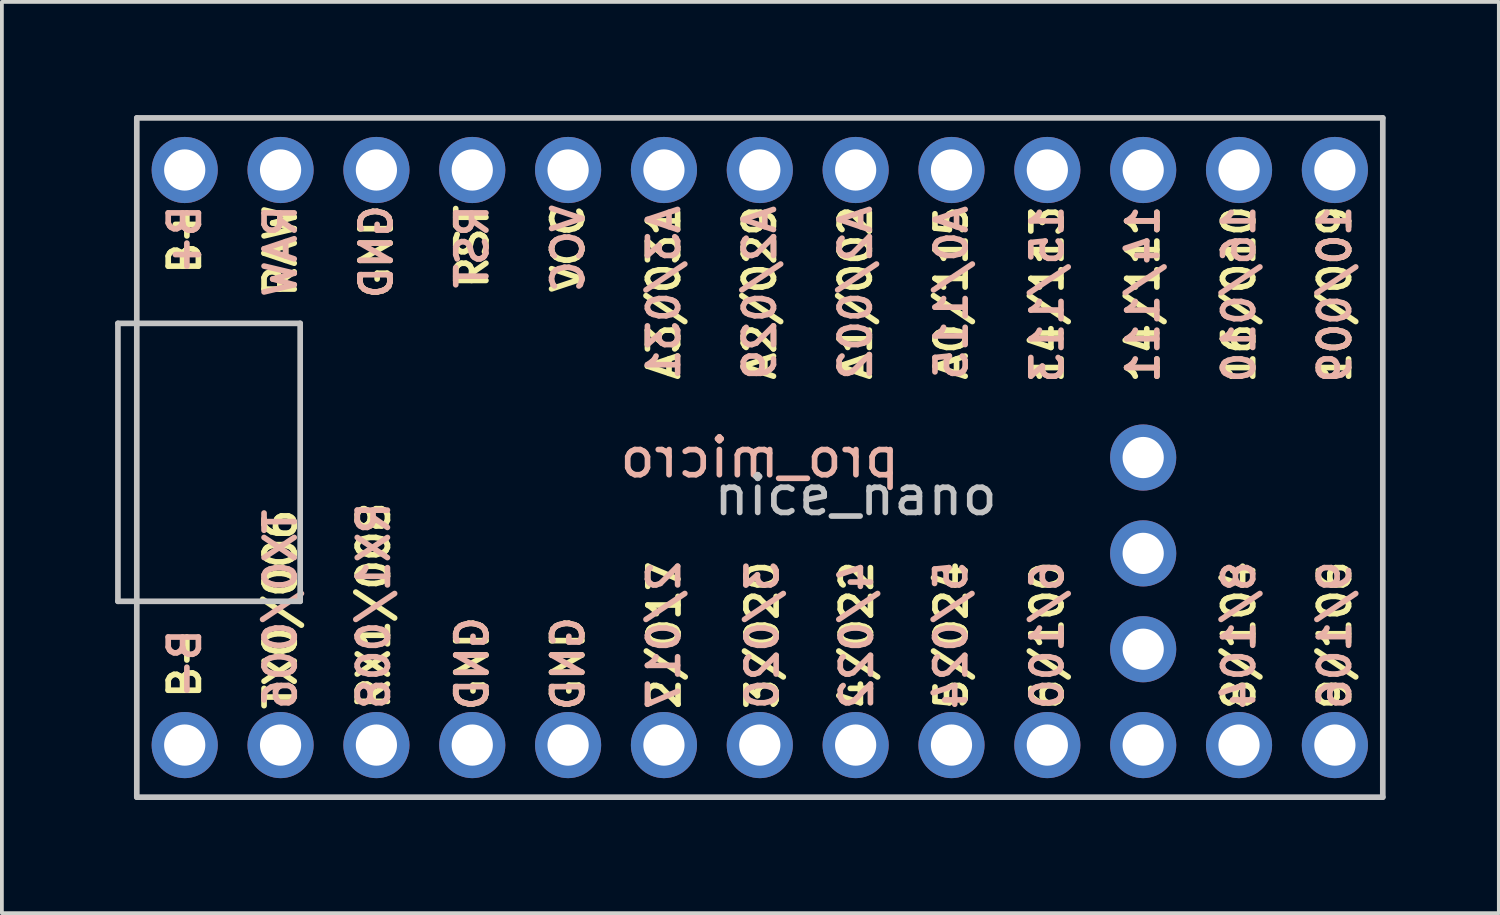
<source format=kicad_pcb>
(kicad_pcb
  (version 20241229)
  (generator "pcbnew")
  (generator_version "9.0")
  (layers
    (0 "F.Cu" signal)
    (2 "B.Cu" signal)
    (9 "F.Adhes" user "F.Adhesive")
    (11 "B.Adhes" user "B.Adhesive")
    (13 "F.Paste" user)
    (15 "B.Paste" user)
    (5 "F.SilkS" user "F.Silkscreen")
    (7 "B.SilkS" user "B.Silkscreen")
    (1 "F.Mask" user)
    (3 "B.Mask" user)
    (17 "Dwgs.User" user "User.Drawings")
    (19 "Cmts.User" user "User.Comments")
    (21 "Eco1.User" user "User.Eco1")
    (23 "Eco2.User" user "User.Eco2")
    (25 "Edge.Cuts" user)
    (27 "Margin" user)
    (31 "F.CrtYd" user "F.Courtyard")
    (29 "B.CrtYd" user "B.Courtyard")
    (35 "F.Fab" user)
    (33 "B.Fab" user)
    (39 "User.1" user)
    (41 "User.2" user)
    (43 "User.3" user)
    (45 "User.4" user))
  (footprint "nice_nano"
    (layer "F.Cu")
    (at 19.625 9.075)
    (property "Reference" "nice_nano" (at 0 1 0) (layer "Dwgs.User") (effects (font (size 1 1) (thickness 0.15))))
    (attr through_hole)
    (fp_line (start -19.55 -3.556) (end -14.72 -3.556) (stroke (width 0.15) (type solid)) (layer "Dwgs.User"))
    (fp_line (start -19.55 3.81) (end -19.55 -3.556) (stroke (width 0.15) (type solid)) (layer "Dwgs.User"))
    (fp_line (start -19.05 -9) (end -19.05 9) (stroke (width 0.15) (type solid)) (layer "Dwgs.User"))
    (fp_line (start -19.05 9) (end 13.97 9) (stroke (width 0.15) (type solid)) (layer "Dwgs.User"))
    (fp_line (start -14.72 -3.556) (end -14.72 3.81) (stroke (width 0.15) (type solid)) (layer "Dwgs.User"))
    (fp_line (start -14.72 3.81) (end -19.55 3.81) (stroke (width 0.15) (type solid)) (layer "Dwgs.User"))
    (fp_line (start 13.97 -9) (end -19.05 -9) (stroke (width 0.15) (type solid)) (layer "Dwgs.User"))
    (fp_line (start 13.97 -9) (end 13.97 9) (stroke (width 0.15) (type solid)) (layer "Dwgs.User"))
    (fp_text user "8/104" (at 10.16 6.75 90) (layer "F.SilkS") (effects (font (size 0.8 0.8) (thickness 0.15)) (justify left)))
    (fp_text user "B-" (at -17.78 5.461 90) (layer "F.SilkS") (effects (font (size 0.8 0.8) (thickness 0.15))))
    (fp_text user "A3/031" (at -5.08 -6.75 90) (layer "F.SilkS") (effects (font (size 0.8 0.8) (thickness 0.15)) (justify right)))
    (fp_text user "4/022" (at 0.03 6.75 90) (layer "F.SilkS") (effects (font (size 0.8 0.8) (thickness 0.15)) (justify left)))
    (fp_text user "GND" (at -12.7 -5.455 90) (layer "F.SilkS") (effects (font (size 0.8 0.8) (thickness 0.15))))
    (fp_text user "A0/115" (at 2.54 -6.75 90) (layer "F.SilkS") (effects (font (size 0.8 0.8) (thickness 0.15)) (justify right)))
    (fp_text user "A1/002" (at 0 -6.75 90) (layer "F.SilkS") (effects (font (size 0.8 0.8) (thickness 0.15)) (justify right)))
    (fp_text user "GND" (at -7.62 5.461 90) (layer "F.SilkS") (effects (font (size 0.8 0.8) (thickness 0.15))))
    (fp_text user "16/010" (at 10.16 -6.75 90) (layer "F.SilkS") (effects (font (size 0.8 0.8) (thickness 0.15)) (justify right)))
    (fp_text user "3/020" (at -2.47 6.75 90) (layer "F.SilkS") (effects (font (size 0.8 0.8) (thickness 0.15)) (justify left)))
    (fp_text user "RAW" (at -15.24 -5.474 90) (layer "F.SilkS") (effects (font (size 0.8 0.8) (thickness 0.15))))
    (fp_text user "TX0/006" (at -15.24 6.75 90) (layer "F.SilkS") (effects (font (size 0.8 0.8) (thickness 0.15)) (justify left)))
    (fp_text user "14/113" (at 5.08 -6.75 90) (layer "F.SilkS") (effects (font (size 0.8 0.8) (thickness 0.15)) (justify right)))
    (fp_text user "6/100" (at 5.08 6.75 90) (layer "F.SilkS") (effects (font (size 0.8 0.8) (thickness 0.15)) (justify left)))
    (fp_text user "RST" (at -10.16 -5.588 90) (layer "F.SilkS") (effects (font (size 0.8 0.8) (thickness 0.15))))
    (fp_text user "10/009" (at 12.7 -6.75 90) (layer "F.SilkS") (effects (font (size 0.8 0.8) (thickness 0.15)) (justify right)))
    (fp_text user "B+" (at -17.78 -5.778 90) (layer "F.SilkS") (effects (font (size 0.8 0.8) (thickness 0.15))))
    (fp_text user "RX1/008" (at -12.77 6.75 90) (layer "F.SilkS") (effects (font (size 0.8 0.8) (thickness 0.15)) (justify left)))
    (fp_text user "VCC" (at -7.62 -5.537 90) (layer "F.SilkS") (effects (font (size 0.8 0.8) (thickness 0.15))))
    (fp_text user "5/024" (at 2.54 6.75 90) (layer "F.SilkS") (effects (font (size 0.8 0.8) (thickness 0.15)) (justify left)))
    (fp_text user "A2/029" (at -2.54 -6.75 90) (layer "F.SilkS") (effects (font (size 0.8 0.8) (thickness 0.15)) (justify right)))
    (fp_text user "GND" (at -10.16 5.461 90) (layer "F.SilkS") (effects (font (size 0.8 0.8) (thickness 0.15))))
    (fp_text user "2/017" (at -5.07 6.75 90) (layer "F.SilkS") (effects (font (size 0.8 0.8) (thickness 0.15)) (justify left)))
    (fp_text user "14/111" (at 7.62 -6.75 90) (layer "F.SilkS") (effects (font (size 0.8 0.8) (thickness 0.15)) (justify right)))
    (fp_text user "9/106" (at 12.7 6.75 90) (layer "F.SilkS") (effects (font (size 0.8 0.8) (thickness 0.15)) (justify left)))
    (fp_text user "5/024" (at 2.53 6.75 90) (layer "B.SilkS") (effects (font (size 0.8 0.8) (thickness 0.15)) (justify right mirror)))
    (fp_text user "A2/002" (at 0 -6.75 90) (layer "B.SilkS") (effects (font (size 0.8 0.8) (thickness 0.15)) (justify left mirror)))
    (fp_text user "A2/029" (at -2.54 -6.75 90) (layer "B.SilkS") (effects (font (size 0.8 0.8) (thickness 0.15)) (justify left mirror)))
    (fp_text user "10/009" (at 12.7 -6.75 90) (layer "B.SilkS") (effects (font (size 0.8 0.8) (thickness 0.15)) (justify left mirror)))
    (fp_text user "A0/115" (at 2.54 -6.75 90) (layer "B.SilkS") (effects (font (size 0.8 0.8) (thickness 0.15)) (justify left mirror)))
    (fp_text user "6/100" (at 5.08 6.75 90) (layer "B.SilkS") (effects (font (size 0.8 0.8) (thickness 0.15)) (justify right mirror)))
    (fp_text user "TX0/006" (at -15.24 6.75 90) (layer "B.SilkS") (effects (font (size 0.8 0.8) (thickness 0.15)) (justify right mirror)))
    (fp_text user "RST" (at -10.16 -5.588 90) (layer "B.SilkS") (effects (font (size 0.8 0.8) (thickness 0.15)) (justify mirror)))
    (fp_text user "9/106" (at 12.7 6.75 90) (layer "B.SilkS") (effects (font (size 0.8 0.8) (thickness 0.15)) (justify right mirror)))
    (fp_text user "15/113" (at 5.08 -6.75 90) (layer "B.SilkS") (effects (font (size 0.8 0.8) (thickness 0.15)) (justify left mirror)))
    (fp_text user "B-" (at -17.78 5.461 90) (layer "B.SilkS") (effects (font (size 0.8 0.8) (thickness 0.15)) (justify mirror)))
    (fp_text user "8/104" (at 10.16 6.75 90) (layer "B.SilkS") (effects (font (size 0.8 0.8) (thickness 0.15)) (justify right mirror)))
    (fp_text user "16/010" (at 10.16 -6.75 90) (layer "B.SilkS") (effects (font (size 0.8 0.8) (thickness 0.15)) (justify left mirror)))
    (fp_text user "4/022" (at 0.03 6.75 90) (layer "B.SilkS") (effects (font (size 0.8 0.8) (thickness 0.15)) (justify right mirror)))
    (fp_text user "GND" (at -12.7 -5.455 90) (layer "B.SilkS") (effects (font (size 0.8 0.8) (thickness 0.15)) (justify mirror)))
    (fp_text user "pro_micro" (at -2.54 0 180) (layer "B.SilkS") (effects (font (size 1 1) (thickness 0.15)) (justify mirror)))
    (fp_text user "3/020" (at -2.47 6.75 90) (layer "B.SilkS") (effects (font (size 0.8 0.8) (thickness 0.15)) (justify right mirror)))
    (fp_text user "RX1/008" (at -12.77 6.75 90) (layer "B.SilkS") (effects (font (size 0.8 0.8) (thickness 0.15)) (justify right mirror)))
    (fp_text user "2/017" (at -5.08 6.75 90) (layer "B.SilkS") (effects (font (size 0.8 0.8) (thickness 0.15)) (justify right mirror)))
    (fp_text user "VCC" (at -7.62 -5.537 90) (layer "B.SilkS") (effects (font (size 0.8 0.8) (thickness 0.15)) (justify mirror)))
    (fp_text user "14/111" (at 7.62 -6.75 90) (layer "B.SilkS") (effects (font (size 0.8 0.8) (thickness 0.15)) (justify left mirror)))
    (fp_text user "GND" (at -7.62 5.461 90) (layer "B.SilkS") (effects (font (size 0.8 0.8) (thickness 0.15)) (justify mirror)))
    (fp_text user "B+" (at -17.78 -5.778 90) (layer "B.SilkS") (effects (font (size 0.8 0.8) (thickness 0.15)) (justify mirror)))
    (fp_text user "RAW" (at -15.24 -5.474 90) (layer "B.SilkS") (effects (font (size 0.8 0.8) (thickness 0.15)) (justify mirror)))
    (fp_text user "A3/031" (at -5.08 -6.75 90) (layer "B.SilkS") (effects (font (size 0.8 0.8) (thickness 0.15)) (justify left mirror)))
    (fp_text user "GND" (at -10.16 5.461 90) (layer "B.SilkS") (effects (font (size 0.8 0.8) (thickness 0.15)) (justify mirror)))
    (pad "1" thru_hole circle (at -15.24 7.62) (size 1.753 1.753) (drill 1.092) (layers "*.Cu" "*.Mask"))
    (pad "2" thru_hole circle (at -12.7 7.62) (size 1.753 1.753) (drill 1.092) (layers "*.Cu" "*.Mask"))
    (pad "3" thru_hole circle (at -10.16 7.62) (size 1.753 1.753) (drill 1.092) (layers "*.Cu" "*.Mask"))
    (pad "4" thru_hole circle (at -7.62 7.62) (size 1.753 1.753) (drill 1.092) (layers "*.Cu" "*.Mask"))
    (pad "5" thru_hole circle (at -5.08 7.62) (size 1.753 1.753) (drill 1.092) (layers "*.Cu" "*.Mask"))
    (pad "6" thru_hole circle (at -2.54 7.62) (size 1.753 1.753) (drill 1.092) (layers "*.Cu" "*.Mask"))
    (pad "7" thru_hole circle (at 0 7.62) (size 1.753 1.753) (drill 1.092) (layers "*.Cu" "*.Mask"))
    (pad "8" thru_hole circle (at 2.54 7.62) (size 1.753 1.753) (drill 1.092) (layers "*.Cu" "*.Mask"))
    (pad "9" thru_hole circle (at 5.08 7.62) (size 1.753 1.753) (drill 1.092) (layers "*.Cu" "*.Mask"))
    (pad "10" thru_hole circle (at 7.62 7.62) (size 1.753 1.753) (drill 1.092) (layers "*.Cu" "*.Mask"))
    (pad "11" thru_hole circle (at 10.16 7.62) (size 1.753 1.753) (drill 1.092) (layers "*.Cu" "*.Mask"))
    (pad "12" thru_hole circle (at 12.7 7.62) (size 1.753 1.753) (drill 1.092) (layers "*.Cu" "*.Mask"))
    (pad "13" thru_hole circle (at 12.7 -7.62) (size 1.753 1.753) (drill 1.092) (layers "*.Cu" "*.Mask"))
    (pad "14" thru_hole circle (at 10.16 -7.62) (size 1.753 1.753) (drill 1.092) (layers "*.Cu" "*.Mask"))
    (pad "15" thru_hole circle (at 7.62 -7.62) (size 1.753 1.753) (drill 1.092) (layers "*.Cu" "*.Mask"))
    (pad "16" thru_hole circle (at 5.08 -7.62) (size 1.753 1.753) (drill 1.092) (layers "*.Cu" "*.Mask"))
    (pad "17" thru_hole circle (at 2.54 -7.62) (size 1.753 1.753) (drill 1.092) (layers "*.Cu" "*.Mask"))
    (pad "18" thru_hole circle (at 0 -7.62) (size 1.753 1.753) (drill 1.092) (layers "*.Cu" "*.Mask"))
    (pad "19" thru_hole circle (at -2.54 -7.62) (size 1.753 1.753) (drill 1.092) (layers "*.Cu" "*.Mask"))
    (pad "20" thru_hole circle (at -5.08 -7.62) (size 1.753 1.753) (drill 1.092) (layers "*.Cu" "*.Mask"))
    (pad "21" thru_hole circle (at -7.62 -7.62) (size 1.753 1.753) (drill 1.092) (layers "*.Cu" "*.Mask"))
    (pad "22" thru_hole circle (at -10.16 -7.62) (size 1.753 1.753) (drill 1.092) (layers "*.Cu" "*.Mask"))
    (pad "23" thru_hole circle (at -12.7 -7.62) (size 1.753 1.753) (drill 1.092) (layers "*.Cu" "*.Mask"))
    (pad "24" thru_hole circle (at -15.24 -7.62) (size 1.753 1.753) (drill 1.092) (layers "*.Cu" "*.Mask"))
    (pad "30" thru_hole circle (at -17.78 7.62) (size 1.753 1.753) (drill 1.092) (layers "*.Cu" "*.Mask"))
    (pad "31" thru_hole circle (at 7.62 5.08) (size 1.753 1.753) (drill 1.092) (layers "*.Cu" "*.Mask"))
    (pad "32" thru_hole circle (at 7.62 2.54) (size 1.753 1.753) (drill 1.092) (layers "*.Cu" "*.Mask"))
    (pad "33" thru_hole circle (at 7.62 0) (size 1.753 1.753) (drill 1.092) (layers "*.Cu" "*.Mask"))
    (pad "34" thru_hole circle (at -17.78 -7.62) (size 1.753 1.753) (drill 1.092) (layers "*.Cu" "*.Mask")))
  (gr_rect
    (start -3 -3)
    (end 36.67 21.15)
    (stroke (width 0.1) (type default))
    (fill no)
    (layer "Edge.Cuts")))
</source>
